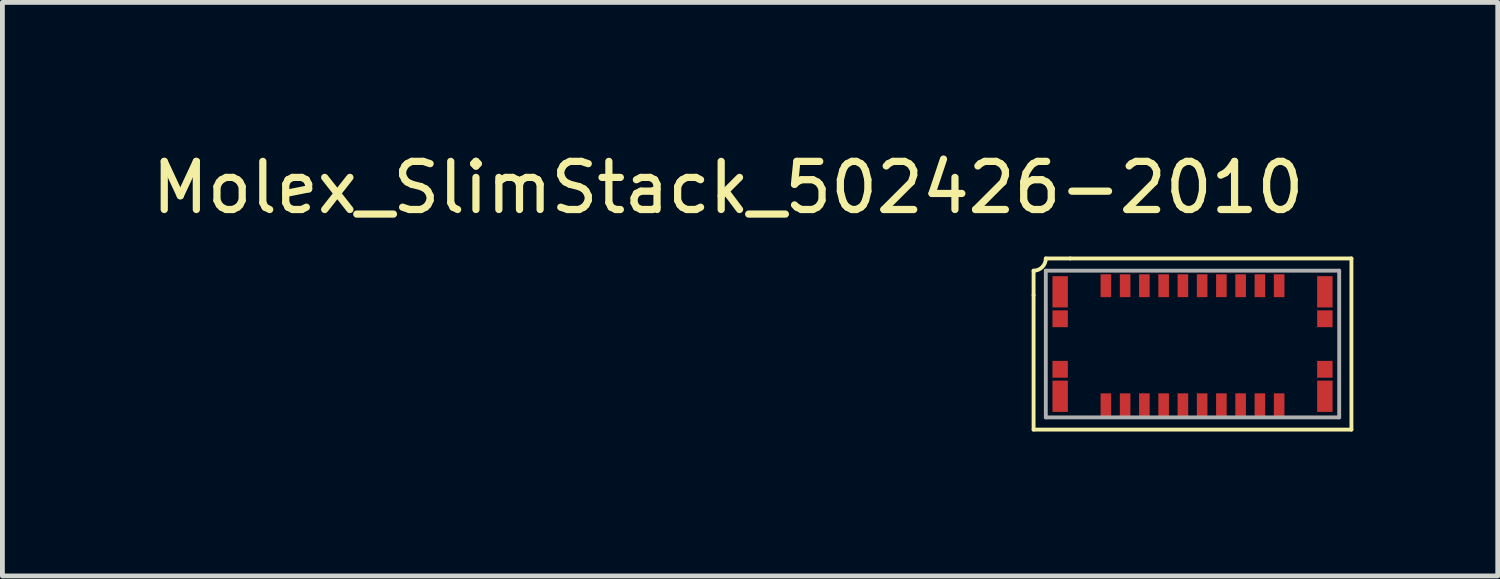
<source format=kicad_pcb>
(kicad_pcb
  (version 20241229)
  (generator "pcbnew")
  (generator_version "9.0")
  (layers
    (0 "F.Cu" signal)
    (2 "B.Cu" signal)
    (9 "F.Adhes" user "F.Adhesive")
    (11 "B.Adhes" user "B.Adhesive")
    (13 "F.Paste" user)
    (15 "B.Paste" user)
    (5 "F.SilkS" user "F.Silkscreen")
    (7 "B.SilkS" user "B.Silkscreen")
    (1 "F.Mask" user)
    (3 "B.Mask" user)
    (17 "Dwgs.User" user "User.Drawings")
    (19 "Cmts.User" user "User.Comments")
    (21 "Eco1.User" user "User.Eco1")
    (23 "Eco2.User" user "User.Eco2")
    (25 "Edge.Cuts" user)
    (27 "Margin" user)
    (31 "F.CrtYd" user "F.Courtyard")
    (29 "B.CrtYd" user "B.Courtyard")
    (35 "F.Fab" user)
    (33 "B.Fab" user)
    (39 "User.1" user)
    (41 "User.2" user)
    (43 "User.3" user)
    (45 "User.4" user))
  (footprint "Molex_SlimStack_502426-2010"
    (layer "F.Cu")
    (at 21.727 4.098)
    (property "Reference" "Molex_SlimStack_502426-2010" (at -9.65 -3.25 0) (layer "F.SilkS") (effects (font (size 1 1) (thickness 0.15))))
    (attr through_hole)
    (fp_line (start -3.302 -1.016) (end -3.302 -1.524) (stroke (width 0.08) (type solid)) (layer "F.SilkS"))
    (fp_line (start -3.302 1.778) (end -3.302 -1.016) (stroke (width 0.08) (type solid)) (layer "F.SilkS"))
    (fp_line (start -2.54 -1.778) (end -3.048 -1.778) (stroke (width 0.08) (type solid)) (layer "F.SilkS"))
    (fp_line (start -2.54 -1.778) (end 3.302 -1.778) (stroke (width 0.08) (type solid)) (layer "F.SilkS"))
    (fp_line (start 3.302 -1.778) (end 3.302 1.778) (stroke (width 0.08) (type solid)) (layer "F.SilkS"))
    (fp_line (start 3.302 1.778) (end -3.302 1.778) (stroke (width 0.08) (type solid)) (layer "F.SilkS"))
    (fp_arc (start -3.048 -1.778) (mid -3.122395 -1.598395) (end -3.302 -1.524) (stroke (width 0.08) (type solid)) (layer "F.SilkS"))
    (fp_line (start -3.048 -1.524) (end 3.048 -1.524) (stroke (width 0.08) (type solid)) (layer "F.Fab"))
    (fp_line (start -3.048 1.524) (end -3.048 -1.524) (stroke (width 0.08) (type solid)) (layer "F.Fab"))
    (fp_line (start 3.048 -1.524) (end 3.048 1.524) (stroke (width 0.08) (type solid)) (layer "F.Fab"))
    (fp_line (start 3.048 1.524) (end -3.048 1.524) (stroke (width 0.08) (type solid)) (layer "F.Fab"))
    (pad "1" smd rect (at -1.8 -1.212) (size 0.22 0.475) (layers "F.Cu" "F.Mask" "F.Paste"))
    (pad "2" smd rect (at -1.8 1.262) (size 0.22 0.475) (layers "F.Cu" "F.Mask" "F.Paste"))
    (pad "3" smd rect (at -1.4 -1.212) (size 0.22 0.475) (layers "F.Cu" "F.Mask" "F.Paste"))
    (pad "4" smd rect (at -1.4 1.262) (size 0.22 0.475) (layers "F.Cu" "F.Mask" "F.Paste"))
    (pad "5" smd rect (at -1 -1.212) (size 0.22 0.475) (layers "F.Cu" "F.Mask" "F.Paste"))
    (pad "6" smd rect (at -1 1.262) (size 0.22 0.475) (layers "F.Cu" "F.Mask" "F.Paste"))
    (pad "7" smd rect (at -0.6 -1.212) (size 0.22 0.475) (layers "F.Cu" "F.Mask" "F.Paste"))
    (pad "8" smd rect (at -0.6 1.262) (size 0.22 0.475) (layers "F.Cu" "F.Mask" "F.Paste"))
    (pad "9" smd rect (at -0.2 -1.212) (size 0.22 0.475) (layers "F.Cu" "F.Mask" "F.Paste"))
    (pad "10" smd rect (at -0.2 1.262) (size 0.22 0.475) (layers "F.Cu" "F.Mask" "F.Paste"))
    (pad "11" smd rect (at 0.2 -1.212) (size 0.22 0.475) (layers "F.Cu" "F.Mask" "F.Paste"))
    (pad "12" smd rect (at 0.2 1.262) (size 0.22 0.475) (layers "F.Cu" "F.Mask" "F.Paste"))
    (pad "13" smd rect (at 0.6 -1.212) (size 0.22 0.475) (layers "F.Cu" "F.Mask" "F.Paste"))
    (pad "14" smd rect (at 0.6 1.262) (size 0.22 0.475) (layers "F.Cu" "F.Mask" "F.Paste"))
    (pad "15" smd rect (at 1 -1.212) (size 0.22 0.475) (layers "F.Cu" "F.Mask" "F.Paste"))
    (pad "16" smd rect (at 1 1.262) (size 0.22 0.475) (layers "F.Cu" "F.Mask" "F.Paste"))
    (pad "17" smd rect (at 1.4 -1.212) (size 0.22 0.475) (layers "F.Cu" "F.Mask" "F.Paste"))
    (pad "18" smd rect (at 1.4 1.262) (size 0.22 0.475) (layers "F.Cu" "F.Mask" "F.Paste"))
    (pad "19" smd rect (at 1.8 -1.212) (size 0.22 0.475) (layers "F.Cu" "F.Mask" "F.Paste"))
    (pad "20" smd rect (at 1.8 1.262) (size 0.22 0.475) (layers "F.Cu" "F.Mask" "F.Paste"))
    (pad "21" smd rect (at -2.75 -1.085) (size 0.32 0.65) (layers "F.Cu" "F.Mask" "F.Paste"))
    (pad "22" smd rect (at -2.75 1.085) (size 0.32 0.65) (layers "F.Cu" "F.Mask" "F.Paste"))
    (pad "23" smd rect (at 2.75 -1.085) (size 0.32 0.65) (layers "F.Cu" "F.Mask" "F.Paste"))
    (pad "24" smd rect (at 2.75 1.085) (size 0.32 0.65) (layers "F.Cu" "F.Mask" "F.Paste"))
    (pad "25" smd rect (at -2.75 -0.525) (size 0.32 0.35) (layers "F.Cu" "F.Mask" "F.Paste"))
    (pad "25" smd rect (at -2.75 0.525) (size 0.32 0.35) (layers "F.Cu" "F.Mask" "F.Paste"))
    (pad "25" smd rect (at 2.75 -0.525) (size 0.32 0.35) (layers "F.Cu" "F.Mask" "F.Paste"))
    (pad "25" smd rect (at 2.75 0.525) (size 0.32 0.35) (layers "F.Cu" "F.Mask" "F.Paste")))
  (gr_rect
    (start -3 -3)
    (end 28.069 8.916)
    (stroke (width 0.1) (type default))
    (fill no)
    (layer "Edge.Cuts")))
</source>
